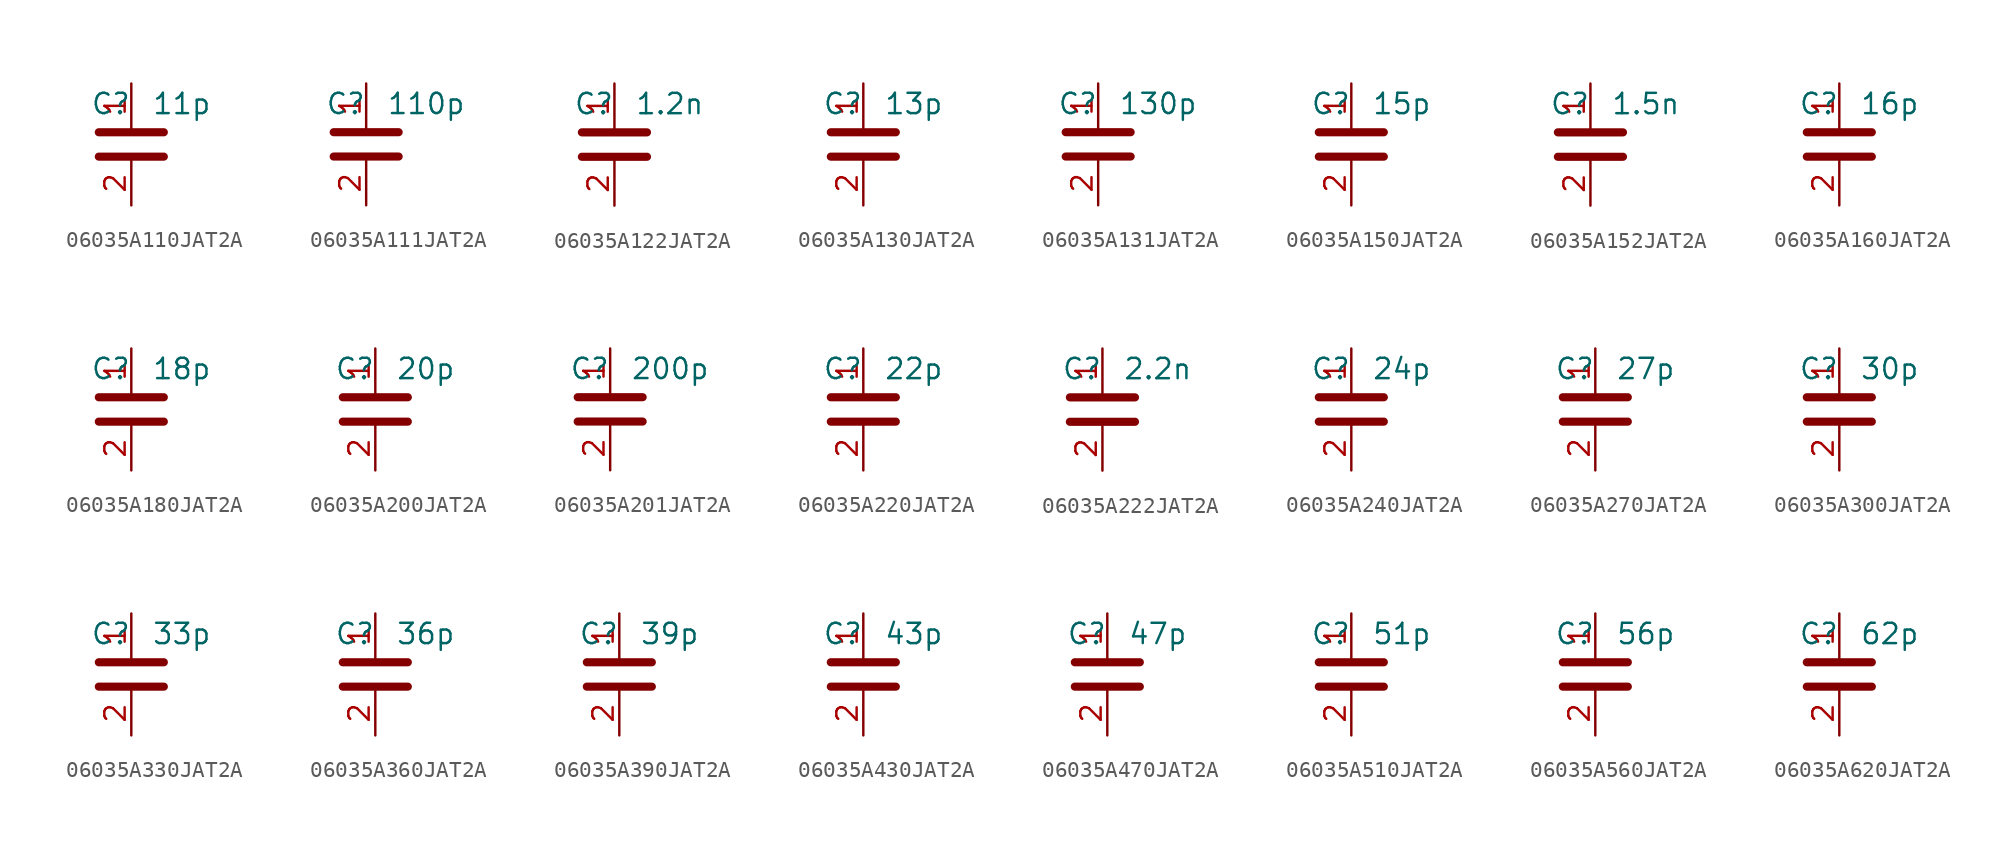
<source format=kicad_sym>
(kicad_symbol_lib
  (version 20241209)
  (generator "kicad_symbol_editor")
  (generator_version "9.0")
  (symbol "06035A110JAT2A"
    (property "Reference" "C"
      (at 0 2.54 0)
      (effects (font (size 1.27 1.27)) (justify right)))
    (property "Value" "11p"
      (at 1.27 2.54 0)
      (effects (font (size 1.27 1.27)) (justify left)))
    (symbol "06035A110JAT2A_0_1"
      (polyline (pts (xy -2.032 0.762) (xy 2.032 0.762)) (stroke (width 0.508) (type default)) (fill (type none)))
      (polyline (pts (xy -2.032 -0.762) (xy 2.032 -0.762)) (stroke (width 0.508) (type default)) (fill (type none))))
    (symbol "06035A110JAT2A_1_1"
      (pin passive line (at 0 3.81 270) (length 2.794) (name "~" (effects (font (size 1.27 1.27)))) (number "1" (effects (font (size 1.27 1.27)))))
      (pin passive line (at 0 -3.81 90) (length 2.794) (name "~" (effects (font (size 1.27 1.27)))) (number "2" (effects (font (size 1.27 1.27)))))))
  (symbol "06035A111JAT2A"
    (property "Reference" "C"
      (at 0 2.54 0)
      (effects (font (size 1.27 1.27)) (justify right)))
    (property "Value" "110p"
      (at 1.27 2.54 0)
      (effects (font (size 1.27 1.27)) (justify left)))
    (symbol "06035A111JAT2A_0_1"
      (polyline (pts (xy -2.032 0.762) (xy 2.032 0.762)) (stroke (width 0.508) (type default)) (fill (type none)))
      (polyline (pts (xy -2.032 -0.762) (xy 2.032 -0.762)) (stroke (width 0.508) (type default)) (fill (type none))))
    (symbol "06035A111JAT2A_1_1"
      (pin passive line (at 0 3.81 270) (length 2.794) (name "~" (effects (font (size 1.27 1.27)))) (number "1" (effects (font (size 1.27 1.27)))))
      (pin passive line (at 0 -3.81 90) (length 2.794) (name "~" (effects (font (size 1.27 1.27)))) (number "2" (effects (font (size 1.27 1.27)))))))
  (symbol "06035A122JAT2A"
    (property "Reference" "C"
      (at 0 2.54 0)
      (effects (font (size 1.27 1.27)) (justify right)))
    (property "Value" "1.2n"
      (at 1.27 2.54 0)
      (effects (font (size 1.27 1.27)) (justify left)))
    (symbol "06035A122JAT2A_0_1"
      (polyline (pts (xy -2.032 0.762) (xy 2.032 0.762)) (stroke (width 0.508) (type default)) (fill (type none)))
      (polyline (pts (xy -2.032 -0.762) (xy 2.032 -0.762)) (stroke (width 0.508) (type default)) (fill (type none))))
    (symbol "06035A122JAT2A_1_1"
      (pin passive line (at 0 3.81 270) (length 2.794) (name "~" (effects (font (size 1.27 1.27)))) (number "1" (effects (font (size 1.27 1.27)))))
      (pin passive line (at 0 -3.81 90) (length 2.794) (name "~" (effects (font (size 1.27 1.27)))) (number "2" (effects (font (size 1.27 1.27)))))))
  (symbol "06035A130JAT2A"
    (property "Reference" "C"
      (at 0 2.54 0)
      (effects (font (size 1.27 1.27)) (justify right)))
    (property "Value" "13p"
      (at 1.27 2.54 0)
      (effects (font (size 1.27 1.27)) (justify left)))
    (symbol "06035A130JAT2A_0_1"
      (polyline (pts (xy -2.032 0.762) (xy 2.032 0.762)) (stroke (width 0.508) (type default)) (fill (type none)))
      (polyline (pts (xy -2.032 -0.762) (xy 2.032 -0.762)) (stroke (width 0.508) (type default)) (fill (type none))))
    (symbol "06035A130JAT2A_1_1"
      (pin passive line (at 0 3.81 270) (length 2.794) (name "~" (effects (font (size 1.27 1.27)))) (number "1" (effects (font (size 1.27 1.27)))))
      (pin passive line (at 0 -3.81 90) (length 2.794) (name "~" (effects (font (size 1.27 1.27)))) (number "2" (effects (font (size 1.27 1.27)))))))
  (symbol "06035A131JAT2A"
    (property "Reference" "C"
      (at 0 2.54 0)
      (effects (font (size 1.27 1.27)) (justify right)))
    (property "Value" "130p"
      (at 1.27 2.54 0)
      (effects (font (size 1.27 1.27)) (justify left)))
    (symbol "06035A131JAT2A_0_1"
      (polyline (pts (xy -2.032 0.762) (xy 2.032 0.762)) (stroke (width 0.508) (type default)) (fill (type none)))
      (polyline (pts (xy -2.032 -0.762) (xy 2.032 -0.762)) (stroke (width 0.508) (type default)) (fill (type none))))
    (symbol "06035A131JAT2A_1_1"
      (pin passive line (at 0 3.81 270) (length 2.794) (name "~" (effects (font (size 1.27 1.27)))) (number "1" (effects (font (size 1.27 1.27)))))
      (pin passive line (at 0 -3.81 90) (length 2.794) (name "~" (effects (font (size 1.27 1.27)))) (number "2" (effects (font (size 1.27 1.27)))))))
  (symbol "06035A150JAT2A"
    (property "Reference" "C"
      (at 0 2.54 0)
      (effects (font (size 1.27 1.27)) (justify right)))
    (property "Value" "15p"
      (at 1.27 2.54 0)
      (effects (font (size 1.27 1.27)) (justify left)))
    (symbol "06035A150JAT2A_0_1"
      (polyline (pts (xy -2.032 0.762) (xy 2.032 0.762)) (stroke (width 0.508) (type default)) (fill (type none)))
      (polyline (pts (xy -2.032 -0.762) (xy 2.032 -0.762)) (stroke (width 0.508) (type default)) (fill (type none))))
    (symbol "06035A150JAT2A_1_1"
      (pin passive line (at 0 3.81 270) (length 2.794) (name "~" (effects (font (size 1.27 1.27)))) (number "1" (effects (font (size 1.27 1.27)))))
      (pin passive line (at 0 -3.81 90) (length 2.794) (name "~" (effects (font (size 1.27 1.27)))) (number "2" (effects (font (size 1.27 1.27)))))))
  (symbol "06035A152JAT2A"
    (property "Reference" "C"
      (at 0 2.54 0)
      (effects (font (size 1.27 1.27)) (justify right)))
    (property "Value" "1.5n"
      (at 1.27 2.54 0)
      (effects (font (size 1.27 1.27)) (justify left)))
    (symbol "06035A152JAT2A_0_1"
      (polyline (pts (xy -2.032 0.762) (xy 2.032 0.762)) (stroke (width 0.508) (type default)) (fill (type none)))
      (polyline (pts (xy -2.032 -0.762) (xy 2.032 -0.762)) (stroke (width 0.508) (type default)) (fill (type none))))
    (symbol "06035A152JAT2A_1_1"
      (pin passive line (at 0 3.81 270) (length 2.794) (name "~" (effects (font (size 1.27 1.27)))) (number "1" (effects (font (size 1.27 1.27)))))
      (pin passive line (at 0 -3.81 90) (length 2.794) (name "~" (effects (font (size 1.27 1.27)))) (number "2" (effects (font (size 1.27 1.27)))))))
  (symbol "06035A160JAT2A"
    (property "Reference" "C"
      (at 0 2.54 0)
      (effects (font (size 1.27 1.27)) (justify right)))
    (property "Value" "16p"
      (at 1.27 2.54 0)
      (effects (font (size 1.27 1.27)) (justify left)))
    (symbol "06035A160JAT2A_0_1"
      (polyline (pts (xy -2.032 0.762) (xy 2.032 0.762)) (stroke (width 0.508) (type default)) (fill (type none)))
      (polyline (pts (xy -2.032 -0.762) (xy 2.032 -0.762)) (stroke (width 0.508) (type default)) (fill (type none))))
    (symbol "06035A160JAT2A_1_1"
      (pin passive line (at 0 3.81 270) (length 2.794) (name "~" (effects (font (size 1.27 1.27)))) (number "1" (effects (font (size 1.27 1.27)))))
      (pin passive line (at 0 -3.81 90) (length 2.794) (name "~" (effects (font (size 1.27 1.27)))) (number "2" (effects (font (size 1.27 1.27)))))))
  (symbol "06035A180JAT2A"
    (property "Reference" "C"
      (at 0 2.54 0)
      (effects (font (size 1.27 1.27)) (justify right)))
    (property "Value" "18p"
      (at 1.27 2.54 0)
      (effects (font (size 1.27 1.27)) (justify left)))
    (symbol "06035A180JAT2A_0_1"
      (polyline (pts (xy -2.032 0.762) (xy 2.032 0.762)) (stroke (width 0.508) (type default)) (fill (type none)))
      (polyline (pts (xy -2.032 -0.762) (xy 2.032 -0.762)) (stroke (width 0.508) (type default)) (fill (type none))))
    (symbol "06035A180JAT2A_1_1"
      (pin passive line (at 0 3.81 270) (length 2.794) (name "~" (effects (font (size 1.27 1.27)))) (number "1" (effects (font (size 1.27 1.27)))))
      (pin passive line (at 0 -3.81 90) (length 2.794) (name "~" (effects (font (size 1.27 1.27)))) (number "2" (effects (font (size 1.27 1.27)))))))
  (symbol "06035A200JAT2A"
    (property "Reference" "C"
      (at 0 2.54 0)
      (effects (font (size 1.27 1.27)) (justify right)))
    (property "Value" "20p"
      (at 1.27 2.54 0)
      (effects (font (size 1.27 1.27)) (justify left)))
    (symbol "06035A200JAT2A_0_1"
      (polyline (pts (xy -2.032 0.762) (xy 2.032 0.762)) (stroke (width 0.508) (type default)) (fill (type none)))
      (polyline (pts (xy -2.032 -0.762) (xy 2.032 -0.762)) (stroke (width 0.508) (type default)) (fill (type none))))
    (symbol "06035A200JAT2A_1_1"
      (pin passive line (at 0 3.81 270) (length 2.794) (name "~" (effects (font (size 1.27 1.27)))) (number "1" (effects (font (size 1.27 1.27)))))
      (pin passive line (at 0 -3.81 90) (length 2.794) (name "~" (effects (font (size 1.27 1.27)))) (number "2" (effects (font (size 1.27 1.27)))))))
  (symbol "06035A201JAT2A"
    (property "Reference" "C"
      (at 0 2.54 0)
      (effects (font (size 1.27 1.27)) (justify right)))
    (property "Value" "200p"
      (at 1.27 2.54 0)
      (effects (font (size 1.27 1.27)) (justify left)))
    (symbol "06035A201JAT2A_0_1"
      (polyline (pts (xy -2.032 0.762) (xy 2.032 0.762)) (stroke (width 0.508) (type default)) (fill (type none)))
      (polyline (pts (xy -2.032 -0.762) (xy 2.032 -0.762)) (stroke (width 0.508) (type default)) (fill (type none))))
    (symbol "06035A201JAT2A_1_1"
      (pin passive line (at 0 3.81 270) (length 2.794) (name "~" (effects (font (size 1.27 1.27)))) (number "1" (effects (font (size 1.27 1.27)))))
      (pin passive line (at 0 -3.81 90) (length 2.794) (name "~" (effects (font (size 1.27 1.27)))) (number "2" (effects (font (size 1.27 1.27)))))))
  (symbol "06035A220JAT2A"
    (property "Reference" "C"
      (at 0 2.54 0)
      (effects (font (size 1.27 1.27)) (justify right)))
    (property "Value" "22p"
      (at 1.27 2.54 0)
      (effects (font (size 1.27 1.27)) (justify left)))
    (symbol "06035A220JAT2A_0_1"
      (polyline (pts (xy -2.032 0.762) (xy 2.032 0.762)) (stroke (width 0.508) (type default)) (fill (type none)))
      (polyline (pts (xy -2.032 -0.762) (xy 2.032 -0.762)) (stroke (width 0.508) (type default)) (fill (type none))))
    (symbol "06035A220JAT2A_1_1"
      (pin passive line (at 0 3.81 270) (length 2.794) (name "~" (effects (font (size 1.27 1.27)))) (number "1" (effects (font (size 1.27 1.27)))))
      (pin passive line (at 0 -3.81 90) (length 2.794) (name "~" (effects (font (size 1.27 1.27)))) (number "2" (effects (font (size 1.27 1.27)))))))
  (symbol "06035A222JAT2A"
    (property "Reference" "C"
      (at 0 2.54 0)
      (effects (font (size 1.27 1.27)) (justify right)))
    (property "Value" "2.2n"
      (at 1.27 2.54 0)
      (effects (font (size 1.27 1.27)) (justify left)))
    (symbol "06035A222JAT2A_0_1"
      (polyline (pts (xy -2.032 0.762) (xy 2.032 0.762)) (stroke (width 0.508) (type default)) (fill (type none)))
      (polyline (pts (xy -2.032 -0.762) (xy 2.032 -0.762)) (stroke (width 0.508) (type default)) (fill (type none))))
    (symbol "06035A222JAT2A_1_1"
      (pin passive line (at 0 3.81 270) (length 2.794) (name "~" (effects (font (size 1.27 1.27)))) (number "1" (effects (font (size 1.27 1.27)))))
      (pin passive line (at 0 -3.81 90) (length 2.794) (name "~" (effects (font (size 1.27 1.27)))) (number "2" (effects (font (size 1.27 1.27)))))))
  (symbol "06035A240JAT2A"
    (property "Reference" "C"
      (at 0 2.54 0)
      (effects (font (size 1.27 1.27)) (justify right)))
    (property "Value" "24p"
      (at 1.27 2.54 0)
      (effects (font (size 1.27 1.27)) (justify left)))
    (symbol "06035A240JAT2A_0_1"
      (polyline (pts (xy -2.032 0.762) (xy 2.032 0.762)) (stroke (width 0.508) (type default)) (fill (type none)))
      (polyline (pts (xy -2.032 -0.762) (xy 2.032 -0.762)) (stroke (width 0.508) (type default)) (fill (type none))))
    (symbol "06035A240JAT2A_1_1"
      (pin passive line (at 0 3.81 270) (length 2.794) (name "~" (effects (font (size 1.27 1.27)))) (number "1" (effects (font (size 1.27 1.27)))))
      (pin passive line (at 0 -3.81 90) (length 2.794) (name "~" (effects (font (size 1.27 1.27)))) (number "2" (effects (font (size 1.27 1.27)))))))
  (symbol "06035A270JAT2A"
    (property "Reference" "C"
      (at 0 2.54 0)
      (effects (font (size 1.27 1.27)) (justify right)))
    (property "Value" "27p"
      (at 1.27 2.54 0)
      (effects (font (size 1.27 1.27)) (justify left)))
    (symbol "06035A270JAT2A_0_1"
      (polyline (pts (xy -2.032 0.762) (xy 2.032 0.762)) (stroke (width 0.508) (type default)) (fill (type none)))
      (polyline (pts (xy -2.032 -0.762) (xy 2.032 -0.762)) (stroke (width 0.508) (type default)) (fill (type none))))
    (symbol "06035A270JAT2A_1_1"
      (pin passive line (at 0 3.81 270) (length 2.794) (name "~" (effects (font (size 1.27 1.27)))) (number "1" (effects (font (size 1.27 1.27)))))
      (pin passive line (at 0 -3.81 90) (length 2.794) (name "~" (effects (font (size 1.27 1.27)))) (number "2" (effects (font (size 1.27 1.27)))))))
  (symbol "06035A300JAT2A"
    (property "Reference" "C"
      (at 0 2.54 0)
      (effects (font (size 1.27 1.27)) (justify right)))
    (property "Value" "30p"
      (at 1.27 2.54 0)
      (effects (font (size 1.27 1.27)) (justify left)))
    (symbol "06035A300JAT2A_0_1"
      (polyline (pts (xy -2.032 0.762) (xy 2.032 0.762)) (stroke (width 0.508) (type default)) (fill (type none)))
      (polyline (pts (xy -2.032 -0.762) (xy 2.032 -0.762)) (stroke (width 0.508) (type default)) (fill (type none))))
    (symbol "06035A300JAT2A_1_1"
      (pin passive line (at 0 3.81 270) (length 2.794) (name "~" (effects (font (size 1.27 1.27)))) (number "1" (effects (font (size 1.27 1.27)))))
      (pin passive line (at 0 -3.81 90) (length 2.794) (name "~" (effects (font (size 1.27 1.27)))) (number "2" (effects (font (size 1.27 1.27)))))))
  (symbol "06035A330JAT2A"
    (property "Reference" "C"
      (at 0 2.54 0)
      (effects (font (size 1.27 1.27)) (justify right)))
    (property "Value" "33p"
      (at 1.27 2.54 0)
      (effects (font (size 1.27 1.27)) (justify left)))
    (symbol "06035A330JAT2A_0_1"
      (polyline (pts (xy -2.032 0.762) (xy 2.032 0.762)) (stroke (width 0.508) (type default)) (fill (type none)))
      (polyline (pts (xy -2.032 -0.762) (xy 2.032 -0.762)) (stroke (width 0.508) (type default)) (fill (type none))))
    (symbol "06035A330JAT2A_1_1"
      (pin passive line (at 0 3.81 270) (length 2.794) (name "~" (effects (font (size 1.27 1.27)))) (number "1" (effects (font (size 1.27 1.27)))))
      (pin passive line (at 0 -3.81 90) (length 2.794) (name "~" (effects (font (size 1.27 1.27)))) (number "2" (effects (font (size 1.27 1.27)))))))
  (symbol "06035A360JAT2A"
    (property "Reference" "C"
      (at 0 2.54 0)
      (effects (font (size 1.27 1.27)) (justify right)))
    (property "Value" "36p"
      (at 1.27 2.54 0)
      (effects (font (size 1.27 1.27)) (justify left)))
    (symbol "06035A360JAT2A_0_1"
      (polyline (pts (xy -2.032 0.762) (xy 2.032 0.762)) (stroke (width 0.508) (type default)) (fill (type none)))
      (polyline (pts (xy -2.032 -0.762) (xy 2.032 -0.762)) (stroke (width 0.508) (type default)) (fill (type none))))
    (symbol "06035A360JAT2A_1_1"
      (pin passive line (at 0 3.81 270) (length 2.794) (name "~" (effects (font (size 1.27 1.27)))) (number "1" (effects (font (size 1.27 1.27)))))
      (pin passive line (at 0 -3.81 90) (length 2.794) (name "~" (effects (font (size 1.27 1.27)))) (number "2" (effects (font (size 1.27 1.27)))))))
  (symbol "06035A390JAT2A"
    (property "Reference" "C"
      (at 0 2.54 0)
      (effects (font (size 1.27 1.27)) (justify right)))
    (property "Value" "39p"
      (at 1.27 2.54 0)
      (effects (font (size 1.27 1.27)) (justify left)))
    (symbol "06035A390JAT2A_0_1"
      (polyline (pts (xy -2.032 0.762) (xy 2.032 0.762)) (stroke (width 0.508) (type default)) (fill (type none)))
      (polyline (pts (xy -2.032 -0.762) (xy 2.032 -0.762)) (stroke (width 0.508) (type default)) (fill (type none))))
    (symbol "06035A390JAT2A_1_1"
      (pin passive line (at 0 3.81 270) (length 2.794) (name "~" (effects (font (size 1.27 1.27)))) (number "1" (effects (font (size 1.27 1.27)))))
      (pin passive line (at 0 -3.81 90) (length 2.794) (name "~" (effects (font (size 1.27 1.27)))) (number "2" (effects (font (size 1.27 1.27)))))))
  (symbol "06035A430JAT2A"
    (property "Reference" "C"
      (at 0 2.54 0)
      (effects (font (size 1.27 1.27)) (justify right)))
    (property "Value" "43p"
      (at 1.27 2.54 0)
      (effects (font (size 1.27 1.27)) (justify left)))
    (symbol "06035A430JAT2A_0_1"
      (polyline (pts (xy -2.032 0.762) (xy 2.032 0.762)) (stroke (width 0.508) (type default)) (fill (type none)))
      (polyline (pts (xy -2.032 -0.762) (xy 2.032 -0.762)) (stroke (width 0.508) (type default)) (fill (type none))))
    (symbol "06035A430JAT2A_1_1"
      (pin passive line (at 0 3.81 270) (length 2.794) (name "~" (effects (font (size 1.27 1.27)))) (number "1" (effects (font (size 1.27 1.27)))))
      (pin passive line (at 0 -3.81 90) (length 2.794) (name "~" (effects (font (size 1.27 1.27)))) (number "2" (effects (font (size 1.27 1.27)))))))
  (symbol "06035A470JAT2A"
    (property "Reference" "C"
      (at 0 2.54 0)
      (effects (font (size 1.27 1.27)) (justify right)))
    (property "Value" "47p"
      (at 1.27 2.54 0)
      (effects (font (size 1.27 1.27)) (justify left)))
    (symbol "06035A470JAT2A_0_1"
      (polyline (pts (xy -2.032 0.762) (xy 2.032 0.762)) (stroke (width 0.508) (type default)) (fill (type none)))
      (polyline (pts (xy -2.032 -0.762) (xy 2.032 -0.762)) (stroke (width 0.508) (type default)) (fill (type none))))
    (symbol "06035A470JAT2A_1_1"
      (pin passive line (at 0 3.81 270) (length 2.794) (name "~" (effects (font (size 1.27 1.27)))) (number "1" (effects (font (size 1.27 1.27)))))
      (pin passive line (at 0 -3.81 90) (length 2.794) (name "~" (effects (font (size 1.27 1.27)))) (number "2" (effects (font (size 1.27 1.27)))))))
  (symbol "06035A510JAT2A"
    (property "Reference" "C"
      (at 0 2.54 0)
      (effects (font (size 1.27 1.27)) (justify right)))
    (property "Value" "51p"
      (at 1.27 2.54 0)
      (effects (font (size 1.27 1.27)) (justify left)))
    (symbol "06035A510JAT2A_0_1"
      (polyline (pts (xy -2.032 0.762) (xy 2.032 0.762)) (stroke (width 0.508) (type default)) (fill (type none)))
      (polyline (pts (xy -2.032 -0.762) (xy 2.032 -0.762)) (stroke (width 0.508) (type default)) (fill (type none))))
    (symbol "06035A510JAT2A_1_1"
      (pin passive line (at 0 3.81 270) (length 2.794) (name "~" (effects (font (size 1.27 1.27)))) (number "1" (effects (font (size 1.27 1.27)))))
      (pin passive line (at 0 -3.81 90) (length 2.794) (name "~" (effects (font (size 1.27 1.27)))) (number "2" (effects (font (size 1.27 1.27)))))))
  (symbol "06035A560JAT2A"
    (property "Reference" "C"
      (at 0 2.54 0)
      (effects (font (size 1.27 1.27)) (justify right)))
    (property "Value" "56p"
      (at 1.27 2.54 0)
      (effects (font (size 1.27 1.27)) (justify left)))
    (symbol "06035A560JAT2A_0_1"
      (polyline (pts (xy -2.032 0.762) (xy 2.032 0.762)) (stroke (width 0.508) (type default)) (fill (type none)))
      (polyline (pts (xy -2.032 -0.762) (xy 2.032 -0.762)) (stroke (width 0.508) (type default)) (fill (type none))))
    (symbol "06035A560JAT2A_1_1"
      (pin passive line (at 0 3.81 270) (length 2.794) (name "~" (effects (font (size 1.27 1.27)))) (number "1" (effects (font (size 1.27 1.27)))))
      (pin passive line (at 0 -3.81 90) (length 2.794) (name "~" (effects (font (size 1.27 1.27)))) (number "2" (effects (font (size 1.27 1.27)))))))
  (symbol "06035A620JAT2A"
    (property "Reference" "C"
      (at 0 2.54 0)
      (effects (font (size 1.27 1.27)) (justify right)))
    (property "Value" "62p"
      (at 1.27 2.54 0)
      (effects (font (size 1.27 1.27)) (justify left)))
    (symbol "06035A620JAT2A_0_1"
      (polyline (pts (xy -2.032 0.762) (xy 2.032 0.762)) (stroke (width 0.508) (type default)) (fill (type none)))
      (polyline (pts (xy -2.032 -0.762) (xy 2.032 -0.762)) (stroke (width 0.508) (type default)) (fill (type none))))
    (symbol "06035A620JAT2A_1_1"
      (pin passive line (at 0 3.81 270) (length 2.794) (name "~" (effects (font (size 1.27 1.27)))) (number "1" (effects (font (size 1.27 1.27)))))
      (pin passive line (at 0 -3.81 90) (length 2.794) (name "~" (effects (font (size 1.27 1.27)))) (number "2" (effects (font (size 1.27 1.27))))))))
</source>
